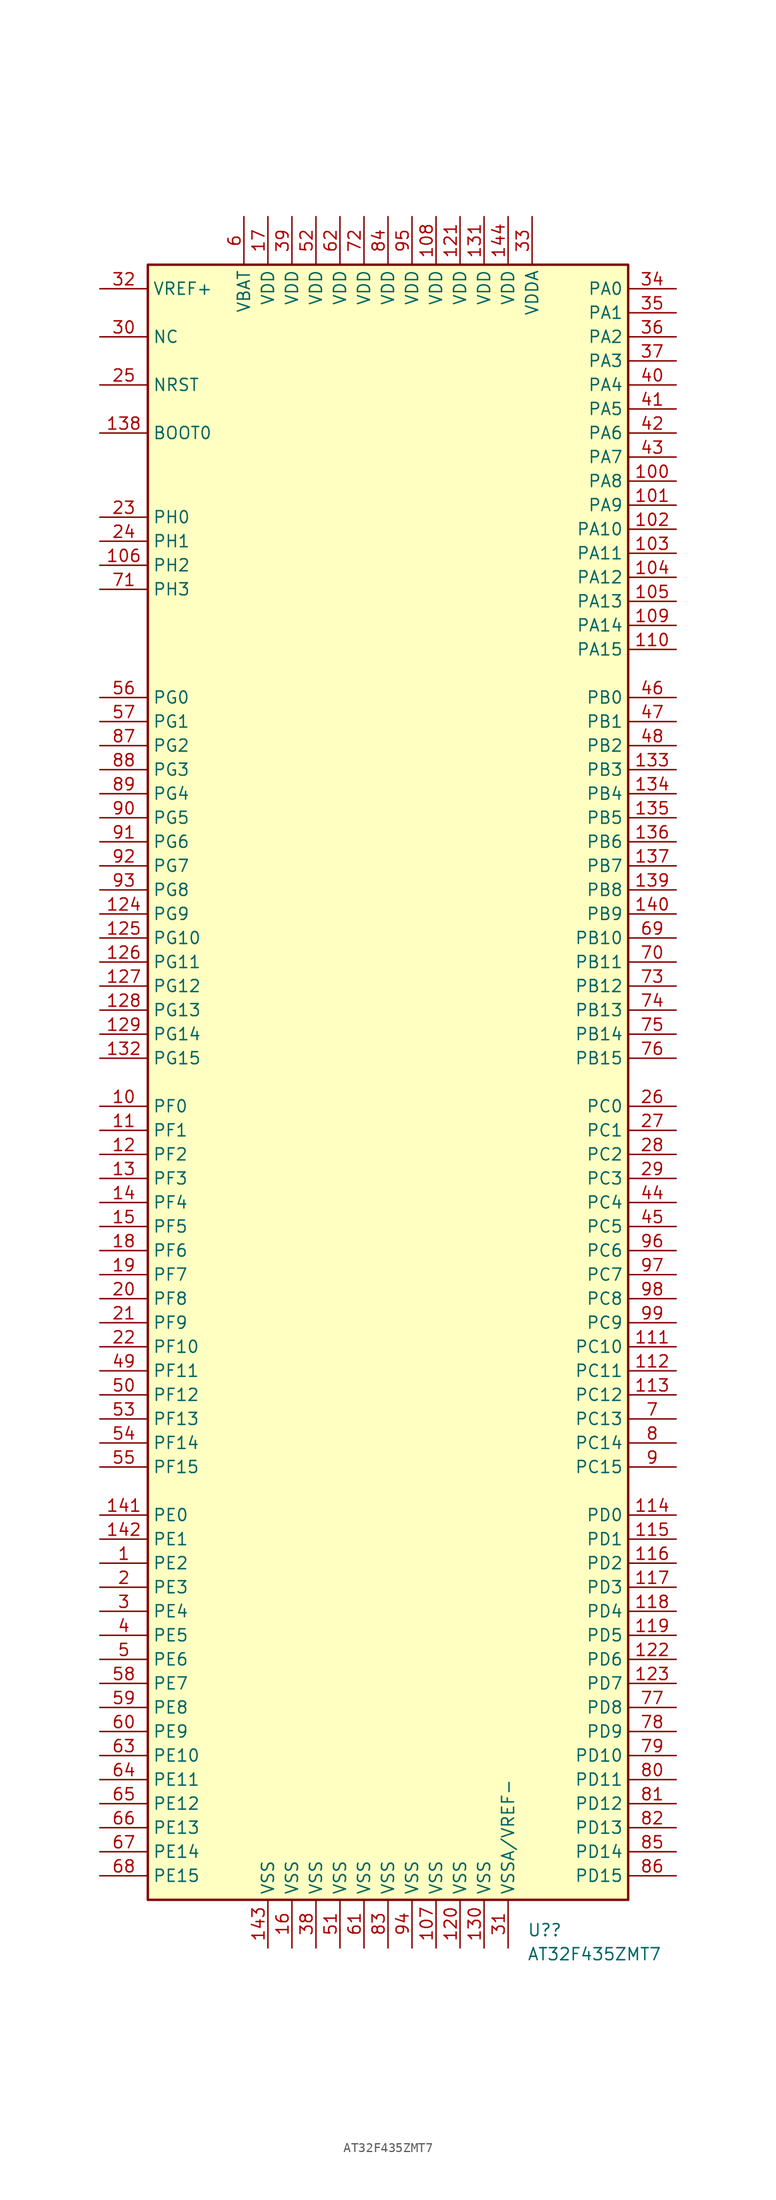
<source format=kicad_sym>
(kicad_symbol_lib
  (version 20211014)
  (generator kicad_symbol_editor)
  (symbol "AT32F435ZMT7"
    (property "Reference" "U?"
      (at 14.719 -89.565 0)
      (effects (font (size 1.27 1.27)) (justify left)))
    (property "Value" "AT32F435ZMT7"
      (at 14.719 -92.105 0)
      (effects (font (size 1.27 1.27)) (justify left)))
    (symbol "AT32F435ZMT7_0_1"
      (rectangle (start -25.4 -86.36) (end 25.4 86.36) (stroke (width 0.254) (type default) (color 0 0 0 0)) (fill (type background))))
    (symbol "AT32F435ZMT7_1_1"
      (pin bidirectional line (at -30.48 -50.8 0) (length 5.08) (name "PE2" (effects (font (size 1.27 1.27)))) (number "1" (effects (font (size 1.27 1.27)))))
      (pin bidirectional line (at -30.48 -2.54 0) (length 5.08) (name "PF0" (effects (font (size 1.27 1.27)))) (number "10" (effects (font (size 1.27 1.27)))))
      (pin bidirectional line (at 30.48 63.5 180) (length 5.08) (name "PA8" (effects (font (size 1.27 1.27)))) (number "100" (effects (font (size 1.27 1.27)))))
      (pin bidirectional line (at 30.48 60.96 180) (length 5.08) (name "PA9" (effects (font (size 1.27 1.27)))) (number "101" (effects (font (size 1.27 1.27)))))
      (pin bidirectional line (at 30.48 58.42 180) (length 5.08) (name "PA10" (effects (font (size 1.27 1.27)))) (number "102" (effects (font (size 1.27 1.27)))))
      (pin bidirectional line (at 30.48 55.88 180) (length 5.08) (name "PA11" (effects (font (size 1.27 1.27)))) (number "103" (effects (font (size 1.27 1.27)))))
      (pin bidirectional line (at 30.48 53.34 180) (length 5.08) (name "PA12" (effects (font (size 1.27 1.27)))) (number "104" (effects (font (size 1.27 1.27)))))
      (pin bidirectional line (at 30.48 50.8 180) (length 5.08) (name "PA13" (effects (font (size 1.27 1.27)))) (number "105" (effects (font (size 1.27 1.27)))))
      (pin bidirectional line (at -30.48 54.61 0) (length 5.08) (name "PH2" (effects (font (size 1.27 1.27)))) (number "106" (effects (font (size 1.27 1.27)))))
      (pin power_in line (at 5.08 -91.44 90) (length 5.08) (name "VSS" (effects (font (size 1.27 1.27)))) (number "107" (effects (font (size 1.27 1.27)))))
      (pin power_in line (at 5.08 91.44 270) (length 5.08) (name "VDD" (effects (font (size 1.27 1.27)))) (number "108" (effects (font (size 1.27 1.27)))))
      (pin bidirectional line (at 30.48 48.26 180) (length 5.08) (name "PA14" (effects (font (size 1.27 1.27)))) (number "109" (effects (font (size 1.27 1.27)))))
      (pin bidirectional line (at -30.48 -5.08 0) (length 5.08) (name "PF1" (effects (font (size 1.27 1.27)))) (number "11" (effects (font (size 1.27 1.27)))))
      (pin bidirectional line (at 30.48 45.72 180) (length 5.08) (name "PA15" (effects (font (size 1.27 1.27)))) (number "110" (effects (font (size 1.27 1.27)))))
      (pin bidirectional line (at 30.48 -27.94 180) (length 5.08) (name "PC10" (effects (font (size 1.27 1.27)))) (number "111" (effects (font (size 1.27 1.27)))))
      (pin bidirectional line (at 30.48 -30.48 180) (length 5.08) (name "PC11" (effects (font (size 1.27 1.27)))) (number "112" (effects (font (size 1.27 1.27)))))
      (pin bidirectional line (at 30.48 -33.02 180) (length 5.08) (name "PC12" (effects (font (size 1.27 1.27)))) (number "113" (effects (font (size 1.27 1.27)))))
      (pin bidirectional line (at 30.48 -45.72 180) (length 5.08) (name "PD0" (effects (font (size 1.27 1.27)))) (number "114" (effects (font (size 1.27 1.27)))))
      (pin bidirectional line (at 30.48 -48.26 180) (length 5.08) (name "PD1" (effects (font (size 1.27 1.27)))) (number "115" (effects (font (size 1.27 1.27)))))
      (pin bidirectional line (at 30.48 -50.8 180) (length 5.08) (name "PD2" (effects (font (size 1.27 1.27)))) (number "116" (effects (font (size 1.27 1.27)))))
      (pin bidirectional line (at 30.48 -53.34 180) (length 5.08) (name "PD3" (effects (font (size 1.27 1.27)))) (number "117" (effects (font (size 1.27 1.27)))))
      (pin bidirectional line (at 30.48 -55.88 180) (length 5.08) (name "PD4" (effects (font (size 1.27 1.27)))) (number "118" (effects (font (size 1.27 1.27)))))
      (pin bidirectional line (at 30.48 -58.42 180) (length 5.08) (name "PD5" (effects (font (size 1.27 1.27)))) (number "119" (effects (font (size 1.27 1.27)))))
      (pin bidirectional line (at -30.48 -7.62 0) (length 5.08) (name "PF2" (effects (font (size 1.27 1.27)))) (number "12" (effects (font (size 1.27 1.27)))))
      (pin power_in line (at 7.62 -91.44 90) (length 5.08) (name "VSS" (effects (font (size 1.27 1.27)))) (number "120" (effects (font (size 1.27 1.27)))))
      (pin power_in line (at 7.62 91.44 270) (length 5.08) (name "VDD" (effects (font (size 1.27 1.27)))) (number "121" (effects (font (size 1.27 1.27)))))
      (pin bidirectional line (at 30.48 -60.96 180) (length 5.08) (name "PD6" (effects (font (size 1.27 1.27)))) (number "122" (effects (font (size 1.27 1.27)))))
      (pin bidirectional line (at 30.48 -63.5 180) (length 5.08) (name "PD7" (effects (font (size 1.27 1.27)))) (number "123" (effects (font (size 1.27 1.27)))))
      (pin bidirectional line (at -30.48 17.78 0) (length 5.08) (name "PG9" (effects (font (size 1.27 1.27)))) (number "124" (effects (font (size 1.27 1.27)))))
      (pin bidirectional line (at -30.48 15.24 0) (length 5.08) (name "PG10" (effects (font (size 1.27 1.27)))) (number "125" (effects (font (size 1.27 1.27)))))
      (pin bidirectional line (at -30.48 12.7 0) (length 5.08) (name "PG11" (effects (font (size 1.27 1.27)))) (number "126" (effects (font (size 1.27 1.27)))))
      (pin bidirectional line (at -30.48 10.16 0) (length 5.08) (name "PG12" (effects (font (size 1.27 1.27)))) (number "127" (effects (font (size 1.27 1.27)))))
      (pin bidirectional line (at -30.48 7.62 0) (length 5.08) (name "PG13" (effects (font (size 1.27 1.27)))) (number "128" (effects (font (size 1.27 1.27)))))
      (pin bidirectional line (at -30.48 5.08 0) (length 5.08) (name "PG14" (effects (font (size 1.27 1.27)))) (number "129" (effects (font (size 1.27 1.27)))))
      (pin bidirectional line (at -30.48 -10.16 0) (length 5.08) (name "PF3" (effects (font (size 1.27 1.27)))) (number "13" (effects (font (size 1.27 1.27)))))
      (pin power_in line (at 10.16 -91.44 90) (length 5.08) (name "VSS" (effects (font (size 1.27 1.27)))) (number "130" (effects (font (size 1.27 1.27)))))
      (pin power_in line (at 10.16 91.44 270) (length 5.08) (name "VDD" (effects (font (size 1.27 1.27)))) (number "131" (effects (font (size 1.27 1.27)))))
      (pin bidirectional line (at -30.48 2.54 0) (length 5.08) (name "PG15" (effects (font (size 1.27 1.27)))) (number "132" (effects (font (size 1.27 1.27)))))
      (pin bidirectional line (at 30.48 33.02 180) (length 5.08) (name "PB3" (effects (font (size 1.27 1.27)))) (number "133" (effects (font (size 1.27 1.27)))))
      (pin bidirectional line (at 30.48 30.48 180) (length 5.08) (name "PB4" (effects (font (size 1.27 1.27)))) (number "134" (effects (font (size 1.27 1.27)))))
      (pin bidirectional line (at 30.48 27.94 180) (length 5.08) (name "PB5" (effects (font (size 1.27 1.27)))) (number "135" (effects (font (size 1.27 1.27)))))
      (pin bidirectional line (at 30.48 25.4 180) (length 5.08) (name "PB6" (effects (font (size 1.27 1.27)))) (number "136" (effects (font (size 1.27 1.27)))))
      (pin bidirectional line (at 30.48 22.86 180) (length 5.08) (name "PB7" (effects (font (size 1.27 1.27)))) (number "137" (effects (font (size 1.27 1.27)))))
      (pin input line (at -30.48 68.58 0) (length 5.08) (name "BOOT0" (effects (font (size 1.27 1.27)))) (number "138" (effects (font (size 1.27 1.27)))))
      (pin bidirectional line (at 30.48 20.32 180) (length 5.08) (name "PB8" (effects (font (size 1.27 1.27)))) (number "139" (effects (font (size 1.27 1.27)))))
      (pin bidirectional line (at -30.48 -12.7 0) (length 5.08) (name "PF4" (effects (font (size 1.27 1.27)))) (number "14" (effects (font (size 1.27 1.27)))))
      (pin bidirectional line (at 30.48 17.78 180) (length 5.08) (name "PB9" (effects (font (size 1.27 1.27)))) (number "140" (effects (font (size 1.27 1.27)))))
      (pin bidirectional line (at -30.48 -45.72 0) (length 5.08) (name "PE0" (effects (font (size 1.27 1.27)))) (number "141" (effects (font (size 1.27 1.27)))))
      (pin bidirectional line (at -30.48 -48.26 0) (length 5.08) (name "PE1" (effects (font (size 1.27 1.27)))) (number "142" (effects (font (size 1.27 1.27)))))
      (pin power_in line (at -12.7 -91.44 90) (length 5.08) (name "VSS" (effects (font (size 1.27 1.27)))) (number "143" (effects (font (size 1.27 1.27)))))
      (pin power_in line (at 12.7 91.44 270) (length 5.08) (name "VDD" (effects (font (size 1.27 1.27)))) (number "144" (effects (font (size 1.27 1.27)))))
      (pin bidirectional line (at -30.48 -15.24 0) (length 5.08) (name "PF5" (effects (font (size 1.27 1.27)))) (number "15" (effects (font (size 1.27 1.27)))))
      (pin power_in line (at -10.16 -91.44 90) (length 5.08) (name "VSS" (effects (font (size 1.27 1.27)))) (number "16" (effects (font (size 1.27 1.27)))))
      (pin power_in line (at -12.7 91.44 270) (length 5.08) (name "VDD" (effects (font (size 1.27 1.27)))) (number "17" (effects (font (size 1.27 1.27)))))
      (pin bidirectional line (at -30.48 -17.78 0) (length 5.08) (name "PF6" (effects (font (size 1.27 1.27)))) (number "18" (effects (font (size 1.27 1.27)))))
      (pin bidirectional line (at -30.48 -20.32 0) (length 5.08) (name "PF7" (effects (font (size 1.27 1.27)))) (number "19" (effects (font (size 1.27 1.27)))))
      (pin bidirectional line (at -30.48 -53.34 0) (length 5.08) (name "PE3" (effects (font (size 1.27 1.27)))) (number "2" (effects (font (size 1.27 1.27)))))
      (pin bidirectional line (at -30.48 -22.86 0) (length 5.08) (name "PF8" (effects (font (size 1.27 1.27)))) (number "20" (effects (font (size 1.27 1.27)))))
      (pin bidirectional line (at -30.48 -25.4 0) (length 5.08) (name "PF9" (effects (font (size 1.27 1.27)))) (number "21" (effects (font (size 1.27 1.27)))))
      (pin bidirectional line (at -30.48 -27.94 0) (length 5.08) (name "PF10" (effects (font (size 1.27 1.27)))) (number "22" (effects (font (size 1.27 1.27)))))
      (pin bidirectional line (at -30.48 59.69 0) (length 5.08) (name "PH0" (effects (font (size 1.27 1.27)))) (number "23" (effects (font (size 1.27 1.27)))))
      (pin bidirectional line (at -30.48 57.15 0) (length 5.08) (name "PH1" (effects (font (size 1.27 1.27)))) (number "24" (effects (font (size 1.27 1.27)))))
      (pin input line (at -30.48 73.66 0) (length 5.08) (name "NRST" (effects (font (size 1.27 1.27)))) (number "25" (effects (font (size 1.27 1.27)))))
      (pin bidirectional line (at 30.48 -2.54 180) (length 5.08) (name "PC0" (effects (font (size 1.27 1.27)))) (number "26" (effects (font (size 1.27 1.27)))))
      (pin bidirectional line (at 30.48 -5.08 180) (length 5.08) (name "PC1" (effects (font (size 1.27 1.27)))) (number "27" (effects (font (size 1.27 1.27)))))
      (pin bidirectional line (at 30.48 -7.62 180) (length 5.08) (name "PC2" (effects (font (size 1.27 1.27)))) (number "28" (effects (font (size 1.27 1.27)))))
      (pin bidirectional line (at 30.48 -10.16 180) (length 5.08) (name "PC3" (effects (font (size 1.27 1.27)))) (number "29" (effects (font (size 1.27 1.27)))))
      (pin bidirectional line (at -30.48 -55.88 0) (length 5.08) (name "PE4" (effects (font (size 1.27 1.27)))) (number "3" (effects (font (size 1.27 1.27)))))
      (pin free line (at -30.48 78.74 0) (length 5.08) (name "NC" (effects (font (size 1.27 1.27)))) (number "30" (effects (font (size 1.27 1.27)))))
      (pin power_in line (at 12.7 -91.44 90) (length 5.08) (name "VSSA/VREF-" (effects (font (size 1.27 1.27)))) (number "31" (effects (font (size 1.27 1.27)))))
      (pin power_in line (at -30.48 83.82 0) (length 5.08) (name "VREF+" (effects (font (size 1.27 1.27)))) (number "32" (effects (font (size 1.27 1.27)))))
      (pin power_in line (at 15.24 91.44 270) (length 5.08) (name "VDDA" (effects (font (size 1.27 1.27)))) (number "33" (effects (font (size 1.27 1.27)))))
      (pin bidirectional line (at 30.48 83.82 180) (length 5.08) (name "PA0" (effects (font (size 1.27 1.27)))) (number "34" (effects (font (size 1.27 1.27)))))
      (pin bidirectional line (at 30.48 81.28 180) (length 5.08) (name "PA1" (effects (font (size 1.27 1.27)))) (number "35" (effects (font (size 1.27 1.27)))))
      (pin bidirectional line (at 30.48 78.74 180) (length 5.08) (name "PA2" (effects (font (size 1.27 1.27)))) (number "36" (effects (font (size 1.27 1.27)))))
      (pin bidirectional line (at 30.48 76.2 180) (length 5.08) (name "PA3" (effects (font (size 1.27 1.27)))) (number "37" (effects (font (size 1.27 1.27)))))
      (pin power_in line (at -7.62 -91.44 90) (length 5.08) (name "VSS" (effects (font (size 1.27 1.27)))) (number "38" (effects (font (size 1.27 1.27)))))
      (pin power_in line (at -10.16 91.44 270) (length 5.08) (name "VDD" (effects (font (size 1.27 1.27)))) (number "39" (effects (font (size 1.27 1.27)))))
      (pin bidirectional line (at -30.48 -58.42 0) (length 5.08) (name "PE5" (effects (font (size 1.27 1.27)))) (number "4" (effects (font (size 1.27 1.27)))))
      (pin bidirectional line (at 30.48 73.66 180) (length 5.08) (name "PA4" (effects (font (size 1.27 1.27)))) (number "40" (effects (font (size 1.27 1.27)))))
      (pin bidirectional line (at 30.48 71.12 180) (length 5.08) (name "PA5" (effects (font (size 1.27 1.27)))) (number "41" (effects (font (size 1.27 1.27)))))
      (pin bidirectional line (at 30.48 68.58 180) (length 5.08) (name "PA6" (effects (font (size 1.27 1.27)))) (number "42" (effects (font (size 1.27 1.27)))))
      (pin bidirectional line (at 30.48 66.04 180) (length 5.08) (name "PA7" (effects (font (size 1.27 1.27)))) (number "43" (effects (font (size 1.27 1.27)))))
      (pin bidirectional line (at 30.48 -12.7 180) (length 5.08) (name "PC4" (effects (font (size 1.27 1.27)))) (number "44" (effects (font (size 1.27 1.27)))))
      (pin bidirectional line (at 30.48 -15.24 180) (length 5.08) (name "PC5" (effects (font (size 1.27 1.27)))) (number "45" (effects (font (size 1.27 1.27)))))
      (pin bidirectional line (at 30.48 40.64 180) (length 5.08) (name "PB0" (effects (font (size 1.27 1.27)))) (number "46" (effects (font (size 1.27 1.27)))))
      (pin bidirectional line (at 30.48 38.1 180) (length 5.08) (name "PB1" (effects (font (size 1.27 1.27)))) (number "47" (effects (font (size 1.27 1.27)))))
      (pin bidirectional line (at 30.48 35.56 180) (length 5.08) (name "PB2" (effects (font (size 1.27 1.27)))) (number "48" (effects (font (size 1.27 1.27)))))
      (pin bidirectional line (at -30.48 -30.48 0) (length 5.08) (name "PF11" (effects (font (size 1.27 1.27)))) (number "49" (effects (font (size 1.27 1.27)))))
      (pin bidirectional line (at -30.48 -60.96 0) (length 5.08) (name "PE6" (effects (font (size 1.27 1.27)))) (number "5" (effects (font (size 1.27 1.27)))))
      (pin bidirectional line (at -30.48 -33.02 0) (length 5.08) (name "PF12" (effects (font (size 1.27 1.27)))) (number "50" (effects (font (size 1.27 1.27)))))
      (pin power_in line (at -5.08 -91.44 90) (length 5.08) (name "VSS" (effects (font (size 1.27 1.27)))) (number "51" (effects (font (size 1.27 1.27)))))
      (pin power_in line (at -7.62 91.44 270) (length 5.08) (name "VDD" (effects (font (size 1.27 1.27)))) (number "52" (effects (font (size 1.27 1.27)))))
      (pin bidirectional line (at -30.48 -35.56 0) (length 5.08) (name "PF13" (effects (font (size 1.27 1.27)))) (number "53" (effects (font (size 1.27 1.27)))))
      (pin bidirectional line (at -30.48 -38.1 0) (length 5.08) (name "PF14" (effects (font (size 1.27 1.27)))) (number "54" (effects (font (size 1.27 1.27)))))
      (pin bidirectional line (at -30.48 -40.64 0) (length 5.08) (name "PF15" (effects (font (size 1.27 1.27)))) (number "55" (effects (font (size 1.27 1.27)))))
      (pin bidirectional line (at -30.48 40.64 0) (length 5.08) (name "PG0" (effects (font (size 1.27 1.27)))) (number "56" (effects (font (size 1.27 1.27)))))
      (pin bidirectional line (at -30.48 38.1 0) (length 5.08) (name "PG1" (effects (font (size 1.27 1.27)))) (number "57" (effects (font (size 1.27 1.27)))))
      (pin bidirectional line (at -30.48 -63.5 0) (length 5.08) (name "PE7" (effects (font (size 1.27 1.27)))) (number "58" (effects (font (size 1.27 1.27)))))
      (pin bidirectional line (at -30.48 -66.04 0) (length 5.08) (name "PE8" (effects (font (size 1.27 1.27)))) (number "59" (effects (font (size 1.27 1.27)))))
      (pin power_in line (at -15.24 91.44 270) (length 5.08) (name "VBAT" (effects (font (size 1.27 1.27)))) (number "6" (effects (font (size 1.27 1.27)))))
      (pin bidirectional line (at -30.48 -68.58 0) (length 5.08) (name "PE9" (effects (font (size 1.27 1.27)))) (number "60" (effects (font (size 1.27 1.27)))))
      (pin power_in line (at -2.54 -91.44 90) (length 5.08) (name "VSS" (effects (font (size 1.27 1.27)))) (number "61" (effects (font (size 1.27 1.27)))))
      (pin power_in line (at -5.08 91.44 270) (length 5.08) (name "VDD" (effects (font (size 1.27 1.27)))) (number "62" (effects (font (size 1.27 1.27)))))
      (pin bidirectional line (at -30.48 -71.12 0) (length 5.08) (name "PE10" (effects (font (size 1.27 1.27)))) (number "63" (effects (font (size 1.27 1.27)))))
      (pin bidirectional line (at -30.48 -73.66 0) (length 5.08) (name "PE11" (effects (font (size 1.27 1.27)))) (number "64" (effects (font (size 1.27 1.27)))))
      (pin bidirectional line (at -30.48 -76.2 0) (length 5.08) (name "PE12" (effects (font (size 1.27 1.27)))) (number "65" (effects (font (size 1.27 1.27)))))
      (pin bidirectional line (at -30.48 -78.74 0) (length 5.08) (name "PE13" (effects (font (size 1.27 1.27)))) (number "66" (effects (font (size 1.27 1.27)))))
      (pin bidirectional line (at -30.48 -81.28 0) (length 5.08) (name "PE14" (effects (font (size 1.27 1.27)))) (number "67" (effects (font (size 1.27 1.27)))))
      (pin bidirectional line (at -30.48 -83.82 0) (length 5.08) (name "PE15" (effects (font (size 1.27 1.27)))) (number "68" (effects (font (size 1.27 1.27)))))
      (pin bidirectional line (at 30.48 15.24 180) (length 5.08) (name "PB10" (effects (font (size 1.27 1.27)))) (number "69" (effects (font (size 1.27 1.27)))))
      (pin bidirectional line (at 30.48 -35.56 180) (length 5.08) (name "PC13" (effects (font (size 1.27 1.27)))) (number "7" (effects (font (size 1.27 1.27)))))
      (pin bidirectional line (at 30.48 12.7 180) (length 5.08) (name "PB11" (effects (font (size 1.27 1.27)))) (number "70" (effects (font (size 1.27 1.27)))))
      (pin bidirectional line (at -30.48 52.07 0) (length 5.08) (name "PH3" (effects (font (size 1.27 1.27)))) (number "71" (effects (font (size 1.27 1.27)))))
      (pin power_in line (at -2.54 91.44 270) (length 5.08) (name "VDD" (effects (font (size 1.27 1.27)))) (number "72" (effects (font (size 1.27 1.27)))))
      (pin bidirectional line (at 30.48 10.16 180) (length 5.08) (name "PB12" (effects (font (size 1.27 1.27)))) (number "73" (effects (font (size 1.27 1.27)))))
      (pin bidirectional line (at 30.48 7.62 180) (length 5.08) (name "PB13" (effects (font (size 1.27 1.27)))) (number "74" (effects (font (size 1.27 1.27)))))
      (pin bidirectional line (at 30.48 5.08 180) (length 5.08) (name "PB14" (effects (font (size 1.27 1.27)))) (number "75" (effects (font (size 1.27 1.27)))))
      (pin bidirectional line (at 30.48 2.54 180) (length 5.08) (name "PB15" (effects (font (size 1.27 1.27)))) (number "76" (effects (font (size 1.27 1.27)))))
      (pin bidirectional line (at 30.48 -66.04 180) (length 5.08) (name "PD8" (effects (font (size 1.27 1.27)))) (number "77" (effects (font (size 1.27 1.27)))))
      (pin bidirectional line (at 30.48 -68.58 180) (length 5.08) (name "PD9" (effects (font (size 1.27 1.27)))) (number "78" (effects (font (size 1.27 1.27)))))
      (pin bidirectional line (at 30.48 -71.12 180) (length 5.08) (name "PD10" (effects (font (size 1.27 1.27)))) (number "79" (effects (font (size 1.27 1.27)))))
      (pin bidirectional line (at 30.48 -38.1 180) (length 5.08) (name "PC14" (effects (font (size 1.27 1.27)))) (number "8" (effects (font (size 1.27 1.27)))))
      (pin bidirectional line (at 30.48 -73.66 180) (length 5.08) (name "PD11" (effects (font (size 1.27 1.27)))) (number "80" (effects (font (size 1.27 1.27)))))
      (pin bidirectional line (at 30.48 -76.2 180) (length 5.08) (name "PD12" (effects (font (size 1.27 1.27)))) (number "81" (effects (font (size 1.27 1.27)))))
      (pin bidirectional line (at 30.48 -78.74 180) (length 5.08) (name "PD13" (effects (font (size 1.27 1.27)))) (number "82" (effects (font (size 1.27 1.27)))))
      (pin power_in line (at 0 -91.44 90) (length 5.08) (name "VSS" (effects (font (size 1.27 1.27)))) (number "83" (effects (font (size 1.27 1.27)))))
      (pin power_in line (at 0 91.44 270) (length 5.08) (name "VDD" (effects (font (size 1.27 1.27)))) (number "84" (effects (font (size 1.27 1.27)))))
      (pin bidirectional line (at 30.48 -81.28 180) (length 5.08) (name "PD14" (effects (font (size 1.27 1.27)))) (number "85" (effects (font (size 1.27 1.27)))))
      (pin bidirectional line (at 30.48 -83.82 180) (length 5.08) (name "PD15" (effects (font (size 1.27 1.27)))) (number "86" (effects (font (size 1.27 1.27)))))
      (pin bidirectional line (at -30.48 35.56 0) (length 5.08) (name "PG2" (effects (font (size 1.27 1.27)))) (number "87" (effects (font (size 1.27 1.27)))))
      (pin bidirectional line (at -30.48 33.02 0) (length 5.08) (name "PG3" (effects (font (size 1.27 1.27)))) (number "88" (effects (font (size 1.27 1.27)))))
      (pin bidirectional line (at -30.48 30.48 0) (length 5.08) (name "PG4" (effects (font (size 1.27 1.27)))) (number "89" (effects (font (size 1.27 1.27)))))
      (pin bidirectional line (at 30.48 -40.64 180) (length 5.08) (name "PC15" (effects (font (size 1.27 1.27)))) (number "9" (effects (font (size 1.27 1.27)))))
      (pin bidirectional line (at -30.48 27.94 0) (length 5.08) (name "PG5" (effects (font (size 1.27 1.27)))) (number "90" (effects (font (size 1.27 1.27)))))
      (pin bidirectional line (at -30.48 25.4 0) (length 5.08) (name "PG6" (effects (font (size 1.27 1.27)))) (number "91" (effects (font (size 1.27 1.27)))))
      (pin bidirectional line (at -30.48 22.86 0) (length 5.08) (name "PG7" (effects (font (size 1.27 1.27)))) (number "92" (effects (font (size 1.27 1.27)))))
      (pin bidirectional line (at -30.48 20.32 0) (length 5.08) (name "PG8" (effects (font (size 1.27 1.27)))) (number "93" (effects (font (size 1.27 1.27)))))
      (pin power_in line (at 2.54 -91.44 90) (length 5.08) (name "VSS" (effects (font (size 1.27 1.27)))) (number "94" (effects (font (size 1.27 1.27)))))
      (pin power_in line (at 2.54 91.44 270) (length 5.08) (name "VDD" (effects (font (size 1.27 1.27)))) (number "95" (effects (font (size 1.27 1.27)))))
      (pin bidirectional line (at 30.48 -17.78 180) (length 5.08) (name "PC6" (effects (font (size 1.27 1.27)))) (number "96" (effects (font (size 1.27 1.27)))))
      (pin bidirectional line (at 30.48 -20.32 180) (length 5.08) (name "PC7" (effects (font (size 1.27 1.27)))) (number "97" (effects (font (size 1.27 1.27)))))
      (pin bidirectional line (at 30.48 -22.86 180) (length 5.08) (name "PC8" (effects (font (size 1.27 1.27)))) (number "98" (effects (font (size 1.27 1.27)))))
      (pin bidirectional line (at 30.48 -25.4 180) (length 5.08) (name "PC9" (effects (font (size 1.27 1.27)))) (number "99" (effects (font (size 1.27 1.27))))))))
</source>
